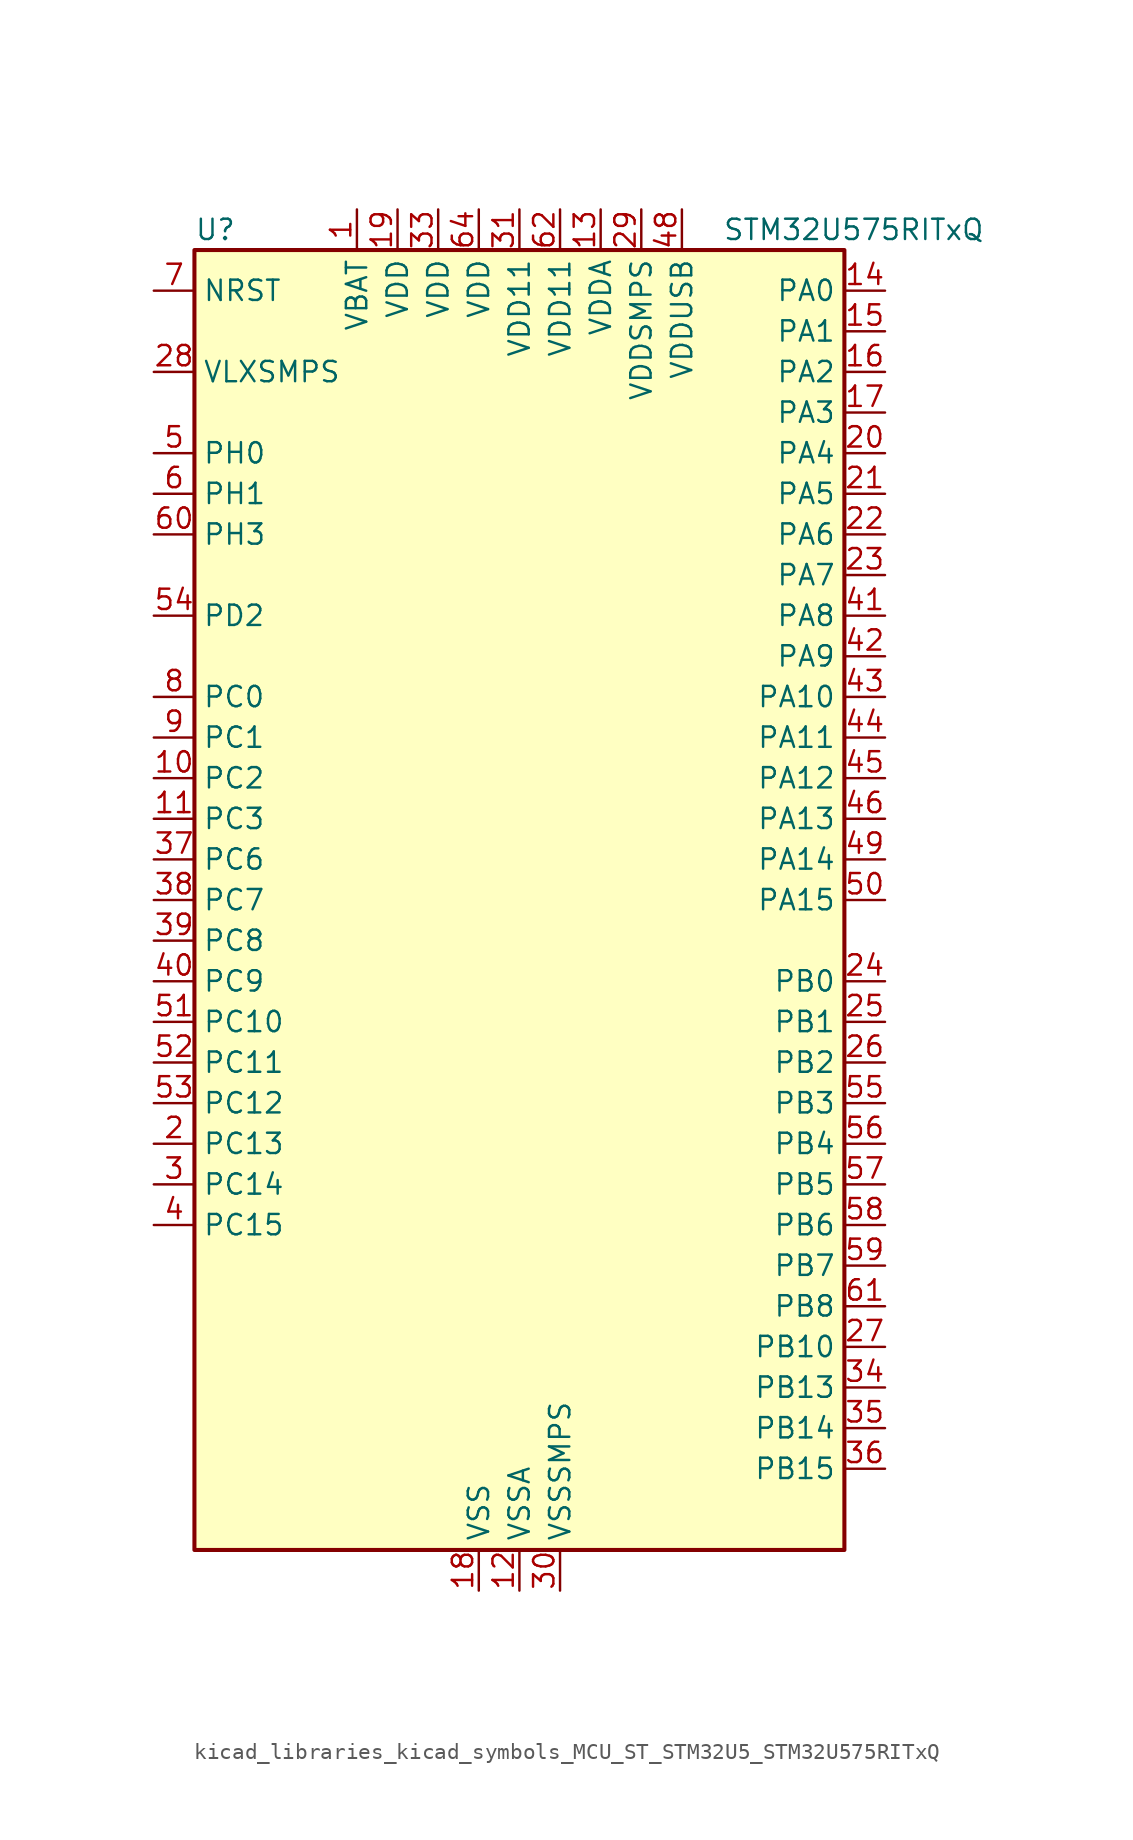
<source format=kicad_sym>
(kicad_symbol_lib
  (version 20220914)
  (generator kicad_symbol_editor)
  (symbol "kicad_libraries_kicad_symbols_MCU_ST_STM32U5_STM32U575RITxQ"
    (property "Reference" "U"
      (at -20.32 41.91 0)
      (effects (font (size 1.27 1.27)) (justify left)))
    (property "Value" "STM32U575RITxQ"
      (at 12.7 41.91 0)
      (effects (font (size 1.27 1.27)) (justify left)))
    (property "ki_locked" ""
      (at 0 0 0)
      (effects (font (size 1.27 1.27))))
    (symbol "kicad_libraries_kicad_symbols_MCU_ST_STM32U5_STM32U575RITxQ_0_1"
      (rectangle (start -20.32 -40.64) (end 20.32 40.64) (stroke (width 0.254) (type default)) (fill (type background))))
    (symbol "kicad_libraries_kicad_symbols_MCU_ST_STM32U5_STM32U575RITxQ_1_1"
      (pin power_in line (at -10.16 43.18 270) (length 2.54) (name "VBAT" (effects (font (size 1.27 1.27)))) (number "1" (effects (font (size 1.27 1.27)))))
      (pin bidirectional line (at -22.86 7.62 0) (length 2.54) (name "PC2" (effects (font (size 1.27 1.27)))) (number "10" (effects (font (size 1.27 1.27)))) (alternate "ADC1_IN3" bidirectional line) (alternate "ADC4_IN3" bidirectional line) (alternate "LPTIM1_IN2" bidirectional line) (alternate "MDF1_CCK1" bidirectional line) (alternate "OCTOSPIM_P1_IO5" bidirectional line) (alternate "SPI2_MISO" bidirectional line))
      (pin bidirectional line (at -22.86 5.08 0) (length 2.54) (name "PC3" (effects (font (size 1.27 1.27)))) (number "11" (effects (font (size 1.27 1.27)))) (alternate "ADC1_IN4" bidirectional line) (alternate "ADC4_IN4" bidirectional line) (alternate "LPTIM1_ETR" bidirectional line) (alternate "LPTIM2_ETR" bidirectional line) (alternate "LPTIM3_CH1" bidirectional line) (alternate "OCTOSPIM_P1_IO6" bidirectional line) (alternate "SAI1_D1" bidirectional line) (alternate "SAI1_SD_A" bidirectional line) (alternate "SPI2_MOSI" bidirectional line))
      (pin power_in line (at 0 -43.18 90) (length 2.54) (name "VSSA" (effects (font (size 1.27 1.27)))) (number "12" (effects (font (size 1.27 1.27)))))
      (pin power_in line (at 5.08 43.18 270) (length 2.54) (name "VDDA" (effects (font (size 1.27 1.27)))) (number "13" (effects (font (size 1.27 1.27)))))
      (pin bidirectional line (at 22.86 38.1 180) (length 2.54) (name "PA0" (effects (font (size 1.27 1.27)))) (number "14" (effects (font (size 1.27 1.27)))) (alternate "ADC1_IN5" bidirectional line) (alternate "AUDIOCLK" bidirectional line) (alternate "OCTOSPIM_P2_NCS" bidirectional line) (alternate "OPAMP1_VINP" bidirectional line) (alternate "PWR_WKUP1" bidirectional line) (alternate "SDMMC2_CMD" bidirectional line) (alternate "SPI3_RDY" bidirectional line) (alternate "TAMP_IN2" bidirectional line) (alternate "TAMP_OUT1" bidirectional line) (alternate "TIM2_CH1" bidirectional line) (alternate "TIM2_ETR" bidirectional line) (alternate "TIM5_CH1" bidirectional line) (alternate "TIM8_ETR" bidirectional line) (alternate "UART4_TX" bidirectional line) (alternate "USART2_CTS" bidirectional line))
      (pin bidirectional line (at 22.86 35.56 180) (length 2.54) (name "PA1" (effects (font (size 1.27 1.27)))) (number "15" (effects (font (size 1.27 1.27)))) (alternate "ADC1_IN6" bidirectional line) (alternate "I2C1_SMBA" bidirectional line) (alternate "LPTIM1_CH2" bidirectional line) (alternate "OCTOSPIM_P1_DQS" bidirectional line) (alternate "OPAMP1_VINM" bidirectional line) (alternate "PWR_WKUP3" bidirectional line) (alternate "SPI1_SCK" bidirectional line) (alternate "TAMP_IN5" bidirectional line) (alternate "TAMP_OUT4" bidirectional line) (alternate "TIM15_CH1N" bidirectional line) (alternate "TIM2_CH2" bidirectional line) (alternate "TIM5_CH2" bidirectional line) (alternate "UART4_RX" bidirectional line) (alternate "USART2_DE" bidirectional line) (alternate "USART2_RTS" bidirectional line))
      (pin bidirectional line (at 22.86 33.02 180) (length 2.54) (name "PA2" (effects (font (size 1.27 1.27)))) (number "16" (effects (font (size 1.27 1.27)))) (alternate "ADC1_IN7" bidirectional line) (alternate "COMP1_INP" bidirectional line) (alternate "LPUART1_TX" bidirectional line) (alternate "OCTOSPIM_P1_NCS" bidirectional line) (alternate "PWR_WKUP4" bidirectional line) (alternate "RCC_LSCO" bidirectional line) (alternate "SPI1_RDY" bidirectional line) (alternate "TIM15_CH1" bidirectional line) (alternate "TIM2_CH3" bidirectional line) (alternate "TIM5_CH3" bidirectional line) (alternate "UCPD1_FRSTX1" bidirectional line) (alternate "USART2_TX" bidirectional line))
      (pin bidirectional line (at 22.86 30.48 180) (length 2.54) (name "PA3" (effects (font (size 1.27 1.27)))) (number "17" (effects (font (size 1.27 1.27)))) (alternate "ADC1_IN8" bidirectional line) (alternate "LPUART1_RX" bidirectional line) (alternate "OCTOSPIM_P1_CLK" bidirectional line) (alternate "OPAMP1_VOUT" bidirectional line) (alternate "PWR_WKUP5" bidirectional line) (alternate "SAI1_CK1" bidirectional line) (alternate "SAI1_MCLK_A" bidirectional line) (alternate "TIM15_CH2" bidirectional line) (alternate "TIM2_CH4" bidirectional line) (alternate "TIM5_CH4" bidirectional line) (alternate "USART2_RX" bidirectional line))
      (pin power_in line (at -2.54 -43.18 90) (length 2.54) (name "VSS" (effects (font (size 1.27 1.27)))) (number "18" (effects (font (size 1.27 1.27)))))
      (pin power_in line (at -7.62 43.18 270) (length 2.54) (name "VDD" (effects (font (size 1.27 1.27)))) (number "19" (effects (font (size 1.27 1.27)))))
      (pin bidirectional line (at -22.86 -15.24 0) (length 2.54) (name "PC13" (effects (font (size 1.27 1.27)))) (number "2" (effects (font (size 1.27 1.27)))) (alternate "PWR_WKUP2" bidirectional line) (alternate "RTC_OUT1" bidirectional line) (alternate "RTC_TS" bidirectional line) (alternate "TAMP_IN1" bidirectional line) (alternate "TAMP_OUT2" bidirectional line))
      (pin bidirectional line (at 22.86 27.94 180) (length 2.54) (name "PA4" (effects (font (size 1.27 1.27)))) (number "20" (effects (font (size 1.27 1.27)))) (alternate "ADC1_IN9" bidirectional line) (alternate "ADC4_IN9" bidirectional line) (alternate "DAC1_OUT1" bidirectional line) (alternate "LPTIM2_CH1" bidirectional line) (alternate "OCTOSPIM_P1_NCS" bidirectional line) (alternate "PWR_WKUP2" bidirectional line) (alternate "SAI1_FS_B" bidirectional line) (alternate "SPI1_NSS" bidirectional line) (alternate "SPI3_NSS" bidirectional line) (alternate "USART2_CK" bidirectional line))
      (pin bidirectional line (at 22.86 25.4 180) (length 2.54) (name "PA5" (effects (font (size 1.27 1.27)))) (number "21" (effects (font (size 1.27 1.27)))) (alternate "ADC1_IN10" bidirectional line) (alternate "ADC4_IN10" bidirectional line) (alternate "DAC1_OUT2" bidirectional line) (alternate "LPTIM2_ETR" bidirectional line) (alternate "PWR_CSLEEP" bidirectional line) (alternate "PWR_WKUP6" bidirectional line) (alternate "SPI1_SCK" bidirectional line) (alternate "TIM2_CH1" bidirectional line) (alternate "TIM2_ETR" bidirectional line) (alternate "TIM8_CH1N" bidirectional line) (alternate "USART3_RX" bidirectional line))
      (pin bidirectional line (at 22.86 22.86 180) (length 2.54) (name "PA6" (effects (font (size 1.27 1.27)))) (number "22" (effects (font (size 1.27 1.27)))) (alternate "ADC1_IN11" bidirectional line) (alternate "ADC4_IN11" bidirectional line) (alternate "LPUART1_CTS" bidirectional line) (alternate "OCTOSPIM_P1_IO3" bidirectional line) (alternate "OPAMP2_VINP" bidirectional line) (alternate "PWR_CDSTOP" bidirectional line) (alternate "PWR_WKUP7" bidirectional line) (alternate "SPI1_MISO" bidirectional line) (alternate "TIM16_CH1" bidirectional line) (alternate "TIM1_BKIN" bidirectional line) (alternate "TIM3_CH1" bidirectional line) (alternate "TIM8_BKIN" bidirectional line) (alternate "USART3_CTS" bidirectional line))
      (pin bidirectional line (at 22.86 20.32 180) (length 2.54) (name "PA7" (effects (font (size 1.27 1.27)))) (number "23" (effects (font (size 1.27 1.27)))) (alternate "ADC1_IN12" bidirectional line) (alternate "ADC4_IN20" bidirectional line) (alternate "I2C3_SCL" bidirectional line) (alternate "LPTIM2_CH2" bidirectional line) (alternate "OCTOSPIM_P1_IO2" bidirectional line) (alternate "OPAMP2_VINM" bidirectional line) (alternate "PWR_SRDSTOP" bidirectional line) (alternate "PWR_WKUP8" bidirectional line) (alternate "SPI1_MOSI" bidirectional line) (alternate "TIM17_CH1" bidirectional line) (alternate "TIM1_CH1N" bidirectional line) (alternate "TIM3_CH2" bidirectional line) (alternate "TIM8_CH1N" bidirectional line) (alternate "USART3_TX" bidirectional line))
      (pin bidirectional line (at 22.86 -5.08 180) (length 2.54) (name "PB0" (effects (font (size 1.27 1.27)))) (number "24" (effects (font (size 1.27 1.27)))) (alternate "ADC1_IN15" bidirectional line) (alternate "ADC4_IN18" bidirectional line) (alternate "AUDIOCLK" bidirectional line) (alternate "COMP1_OUT" bidirectional line) (alternate "LPTIM3_CH1" bidirectional line) (alternate "OCTOSPIM_P1_IO1" bidirectional line) (alternate "OPAMP2_VOUT" bidirectional line) (alternate "SPI1_NSS" bidirectional line) (alternate "TIM1_CH2N" bidirectional line) (alternate "TIM3_CH3" bidirectional line) (alternate "TIM8_CH2N" bidirectional line) (alternate "USART3_CK" bidirectional line))
      (pin bidirectional line (at 22.86 -7.62 180) (length 2.54) (name "PB1" (effects (font (size 1.27 1.27)))) (number "25" (effects (font (size 1.27 1.27)))) (alternate "ADC1_IN16" bidirectional line) (alternate "ADC4_IN19" bidirectional line) (alternate "COMP1_INM" bidirectional line) (alternate "LPTIM2_IN1" bidirectional line) (alternate "LPTIM3_CH2" bidirectional line) (alternate "LPUART1_DE" bidirectional line) (alternate "LPUART1_RTS" bidirectional line) (alternate "MDF1_SDI0" bidirectional line) (alternate "OCTOSPIM_P1_IO0" bidirectional line) (alternate "PWR_WKUP4" bidirectional line) (alternate "TIM1_CH3N" bidirectional line) (alternate "TIM3_CH4" bidirectional line) (alternate "TIM8_CH3N" bidirectional line) (alternate "USART3_DE" bidirectional line) (alternate "USART3_RTS" bidirectional line))
      (pin bidirectional line (at 22.86 -10.16 180) (length 2.54) (name "PB2" (effects (font (size 1.27 1.27)))) (number "26" (effects (font (size 1.27 1.27)))) (alternate "ADC1_IN17" bidirectional line) (alternate "COMP1_INP" bidirectional line) (alternate "I2C3_SMBA" bidirectional line) (alternate "LPTIM1_CH1" bidirectional line) (alternate "MDF1_CKI0" bidirectional line) (alternate "OCTOSPIM_P1_DQS" bidirectional line) (alternate "PWR_WKUP1" bidirectional line) (alternate "RTC_OUT2" bidirectional line) (alternate "SPI1_RDY" bidirectional line) (alternate "TIM8_CH4N" bidirectional line) (alternate "UCPD1_FRSTX1" bidirectional line))
      (pin bidirectional line (at 22.86 -27.94 180) (length 2.54) (name "PB10" (effects (font (size 1.27 1.27)))) (number "27" (effects (font (size 1.27 1.27)))) (alternate "COMP1_OUT" bidirectional line) (alternate "I2C2_SCL" bidirectional line) (alternate "I2C4_SCL" bidirectional line) (alternate "LPTIM3_CH1" bidirectional line) (alternate "LPUART1_RX" bidirectional line) (alternate "OCTOSPIM_P1_CLK" bidirectional line) (alternate "PWR_WKUP8" bidirectional line) (alternate "SAI1_SCK_A" bidirectional line) (alternate "SPI2_SCK" bidirectional line) (alternate "TIM2_CH3" bidirectional line) (alternate "TSC_SYNC" bidirectional line) (alternate "USART3_TX" bidirectional line))
      (pin power_in line (at -22.86 33.02 0) (length 2.54) (name "VLXSMPS" (effects (font (size 1.27 1.27)))) (number "28" (effects (font (size 1.27 1.27)))))
      (pin power_in line (at 7.62 43.18 270) (length 2.54) (name "VDDSMPS" (effects (font (size 1.27 1.27)))) (number "29" (effects (font (size 1.27 1.27)))))
      (pin bidirectional line (at -22.86 -17.78 0) (length 2.54) (name "PC14" (effects (font (size 1.27 1.27)))) (number "3" (effects (font (size 1.27 1.27)))) (alternate "RCC_OSC32_IN" bidirectional line))
      (pin power_in line (at 2.54 -43.18 90) (length 2.54) (name "VSSSMPS" (effects (font (size 1.27 1.27)))) (number "30" (effects (font (size 1.27 1.27)))))
      (pin power_in line (at 0 43.18 270) (length 2.54) (name "VDD11" (effects (font (size 1.27 1.27)))) (number "31" (effects (font (size 1.27 1.27)))))
      (pin passive line (at -2.54 -43.18 90) (length 2.54) hide (name "VSS" (effects (font (size 1.27 1.27)))) (number "32" (effects (font (size 1.27 1.27)))))
      (pin power_in line (at -5.08 43.18 270) (length 2.54) (name "VDD" (effects (font (size 1.27 1.27)))) (number "33" (effects (font (size 1.27 1.27)))))
      (pin bidirectional line (at 22.86 -30.48 180) (length 2.54) (name "PB13" (effects (font (size 1.27 1.27)))) (number "34" (effects (font (size 1.27 1.27)))) (alternate "I2C2_SCL" bidirectional line) (alternate "LPTIM3_IN1" bidirectional line) (alternate "LPUART1_CTS" bidirectional line) (alternate "MDF1_CKI1" bidirectional line) (alternate "SPI2_SCK" bidirectional line) (alternate "TIM15_CH1N" bidirectional line) (alternate "TIM1_CH1N" bidirectional line) (alternate "TSC_G1_IO2" bidirectional line) (alternate "USART3_CTS" bidirectional line))
      (pin bidirectional line (at 22.86 -33.02 180) (length 2.54) (name "PB14" (effects (font (size 1.27 1.27)))) (number "35" (effects (font (size 1.27 1.27)))) (alternate "I2C2_SDA" bidirectional line) (alternate "LPTIM3_ETR" bidirectional line) (alternate "MDF1_SDI2" bidirectional line) (alternate "SDMMC2_D0" bidirectional line) (alternate "SPI2_MISO" bidirectional line) (alternate "TIM15_CH1" bidirectional line) (alternate "TIM1_CH2N" bidirectional line) (alternate "TIM8_CH2N" bidirectional line) (alternate "TSC_G1_IO3" bidirectional line) (alternate "UCPD1_DBCC2" bidirectional line) (alternate "USART3_DE" bidirectional line) (alternate "USART3_RTS" bidirectional line))
      (pin bidirectional line (at 22.86 -35.56 180) (length 2.54) (name "PB15" (effects (font (size 1.27 1.27)))) (number "36" (effects (font (size 1.27 1.27)))) (alternate "ADC1_EXTI15" bidirectional line) (alternate "ADC4_EXTI15" bidirectional line) (alternate "LPTIM2_IN2" bidirectional line) (alternate "MDF1_CKI2" bidirectional line) (alternate "PWR_WKUP7" bidirectional line) (alternate "RTC_REFIN" bidirectional line) (alternate "SDMMC2_D1" bidirectional line) (alternate "SPI2_MOSI" bidirectional line) (alternate "TIM15_CH2" bidirectional line) (alternate "TIM1_CH3N" bidirectional line) (alternate "TIM8_CH3N" bidirectional line) (alternate "UCPD1_CC2" bidirectional line))
      (pin bidirectional line (at -22.86 2.54 0) (length 2.54) (name "PC6" (effects (font (size 1.27 1.27)))) (number "37" (effects (font (size 1.27 1.27)))) (alternate "MDF1_CKI3" bidirectional line) (alternate "PWR_CSLEEP" bidirectional line) (alternate "SDMMC1_D0DIR" bidirectional line) (alternate "SDMMC1_D6" bidirectional line) (alternate "SDMMC2_D6" bidirectional line) (alternate "TIM3_CH1" bidirectional line) (alternate "TIM8_CH1" bidirectional line) (alternate "TSC_G4_IO1" bidirectional line))
      (pin bidirectional line (at -22.86 0 0) (length 2.54) (name "PC7" (effects (font (size 1.27 1.27)))) (number "38" (effects (font (size 1.27 1.27)))) (alternate "LPTIM2_CH2" bidirectional line) (alternate "MDF1_SDI3" bidirectional line) (alternate "PWR_CDSTOP" bidirectional line) (alternate "SDMMC1_D123DIR" bidirectional line) (alternate "SDMMC1_D7" bidirectional line) (alternate "SDMMC2_D7" bidirectional line) (alternate "TIM3_CH2" bidirectional line) (alternate "TIM8_CH2" bidirectional line) (alternate "TSC_G4_IO2" bidirectional line))
      (pin bidirectional line (at -22.86 -2.54 0) (length 2.54) (name "PC8" (effects (font (size 1.27 1.27)))) (number "39" (effects (font (size 1.27 1.27)))) (alternate "LPTIM3_CH1" bidirectional line) (alternate "PWR_SRDSTOP" bidirectional line) (alternate "SDMMC1_D0" bidirectional line) (alternate "TIM3_CH3" bidirectional line) (alternate "TIM8_CH3" bidirectional line) (alternate "TSC_G4_IO3" bidirectional line))
      (pin bidirectional line (at -22.86 -20.32 0) (length 2.54) (name "PC15" (effects (font (size 1.27 1.27)))) (number "4" (effects (font (size 1.27 1.27)))) (alternate "ADC1_EXTI15" bidirectional line) (alternate "ADC4_EXTI15" bidirectional line) (alternate "RCC_OSC32_OUT" bidirectional line))
      (pin bidirectional line (at -22.86 -5.08 0) (length 2.54) (name "PC9" (effects (font (size 1.27 1.27)))) (number "40" (effects (font (size 1.27 1.27)))) (alternate "DAC1_EXTI9" bidirectional line) (alternate "DEBUG_TRACED0" bidirectional line) (alternate "LPTIM3_CH2" bidirectional line) (alternate "SDMMC1_D1" bidirectional line) (alternate "TIM3_CH4" bidirectional line) (alternate "TIM8_BKIN2" bidirectional line) (alternate "TIM8_CH4" bidirectional line) (alternate "TSC_G4_IO4" bidirectional line) (alternate "USB_OTG_FS_NOE" bidirectional line))
      (pin bidirectional line (at 22.86 17.78 180) (length 2.54) (name "PA8" (effects (font (size 1.27 1.27)))) (number "41" (effects (font (size 1.27 1.27)))) (alternate "DEBUG_TRACECLK" bidirectional line) (alternate "LPTIM2_CH1" bidirectional line) (alternate "RCC_MCO" bidirectional line) (alternate "SAI1_CK2" bidirectional line) (alternate "SAI1_SCK_A" bidirectional line) (alternate "SPI1_RDY" bidirectional line) (alternate "TIM1_CH1" bidirectional line) (alternate "USART1_CK" bidirectional line) (alternate "USB_OTG_FS_SOF" bidirectional line))
      (pin bidirectional line (at 22.86 15.24 180) (length 2.54) (name "PA9" (effects (font (size 1.27 1.27)))) (number "42" (effects (font (size 1.27 1.27)))) (alternate "DAC1_EXTI9" bidirectional line) (alternate "SAI1_FS_A" bidirectional line) (alternate "SPI2_SCK" bidirectional line) (alternate "TIM15_BKIN" bidirectional line) (alternate "TIM1_CH2" bidirectional line) (alternate "USART1_TX" bidirectional line) (alternate "USB_OTG_FS_VBUS" bidirectional line))
      (pin bidirectional line (at 22.86 12.7 180) (length 2.54) (name "PA10" (effects (font (size 1.27 1.27)))) (number "43" (effects (font (size 1.27 1.27)))) (alternate "CRS_SYNC" bidirectional line) (alternate "LPTIM2_IN2" bidirectional line) (alternate "SAI1_D1" bidirectional line) (alternate "SAI1_SD_A" bidirectional line) (alternate "TIM17_BKIN" bidirectional line) (alternate "TIM1_CH3" bidirectional line) (alternate "USART1_RX" bidirectional line) (alternate "USB_OTG_FS_ID" bidirectional line))
      (pin bidirectional line (at 22.86 10.16 180) (length 2.54) (name "PA11" (effects (font (size 1.27 1.27)))) (number "44" (effects (font (size 1.27 1.27)))) (alternate "ADC1_EXTI11" bidirectional line) (alternate "FDCAN1_RX" bidirectional line) (alternate "SPI1_MISO" bidirectional line) (alternate "TIM1_BKIN2" bidirectional line) (alternate "TIM1_CH4" bidirectional line) (alternate "USART1_CTS" bidirectional line) (alternate "USB_OTG_FS_DM" bidirectional line))
      (pin bidirectional line (at 22.86 7.62 180) (length 2.54) (name "PA12" (effects (font (size 1.27 1.27)))) (number "45" (effects (font (size 1.27 1.27)))) (alternate "FDCAN1_TX" bidirectional line) (alternate "OCTOSPIM_P2_NCS" bidirectional line) (alternate "SPI1_MOSI" bidirectional line) (alternate "TIM1_ETR" bidirectional line) (alternate "USART1_DE" bidirectional line) (alternate "USART1_RTS" bidirectional line) (alternate "USB_OTG_FS_DP" bidirectional line))
      (pin bidirectional line (at 22.86 5.08 180) (length 2.54) (name "PA13" (effects (font (size 1.27 1.27)))) (number "46" (effects (font (size 1.27 1.27)))) (alternate "DEBUG_JTMS-SWDIO" bidirectional line) (alternate "IR_OUT" bidirectional line) (alternate "SAI1_SD_B" bidirectional line) (alternate "USB_OTG_FS_NOE" bidirectional line))
      (pin passive line (at -2.54 -43.18 90) (length 2.54) hide (name "VSS" (effects (font (size 1.27 1.27)))) (number "47" (effects (font (size 1.27 1.27)))))
      (pin power_in line (at 10.16 43.18 270) (length 2.54) (name "VDDUSB" (effects (font (size 1.27 1.27)))) (number "48" (effects (font (size 1.27 1.27)))))
      (pin bidirectional line (at 22.86 2.54 180) (length 2.54) (name "PA14" (effects (font (size 1.27 1.27)))) (number "49" (effects (font (size 1.27 1.27)))) (alternate "DEBUG_JTCK-SWCLK" bidirectional line) (alternate "I2C1_SMBA" bidirectional line) (alternate "I2C4_SMBA" bidirectional line) (alternate "LPTIM1_CH1" bidirectional line) (alternate "SAI1_FS_B" bidirectional line) (alternate "USB_OTG_FS_SOF" bidirectional line))
      (pin bidirectional line (at -22.86 27.94 0) (length 2.54) (name "PH0" (effects (font (size 1.27 1.27)))) (number "5" (effects (font (size 1.27 1.27)))) (alternate "RCC_OSC_IN" bidirectional line))
      (pin bidirectional line (at 22.86 0 180) (length 2.54) (name "PA15" (effects (font (size 1.27 1.27)))) (number "50" (effects (font (size 1.27 1.27)))) (alternate "ADC1_EXTI15" bidirectional line) (alternate "ADC4_EXTI15" bidirectional line) (alternate "DEBUG_JTDI" bidirectional line) (alternate "SPI1_NSS" bidirectional line) (alternate "SPI3_NSS" bidirectional line) (alternate "TIM2_CH1" bidirectional line) (alternate "TIM2_ETR" bidirectional line) (alternate "UART4_DE" bidirectional line) (alternate "UART4_RTS" bidirectional line) (alternate "UCPD1_CC1" bidirectional line) (alternate "USART2_RX" bidirectional line) (alternate "USART3_DE" bidirectional line) (alternate "USART3_RTS" bidirectional line))
      (pin bidirectional line (at -22.86 -7.62 0) (length 2.54) (name "PC10" (effects (font (size 1.27 1.27)))) (number "51" (effects (font (size 1.27 1.27)))) (alternate "ADF1_CCK1" bidirectional line) (alternate "DEBUG_TRACED1" bidirectional line) (alternate "LPTIM3_ETR" bidirectional line) (alternate "SDMMC1_D2" bidirectional line) (alternate "SPI3_SCK" bidirectional line) (alternate "TSC_G3_IO2" bidirectional line) (alternate "UART4_TX" bidirectional line) (alternate "USART3_TX" bidirectional line))
      (pin bidirectional line (at -22.86 -10.16 0) (length 2.54) (name "PC11" (effects (font (size 1.27 1.27)))) (number "52" (effects (font (size 1.27 1.27)))) (alternate "ADC1_EXTI11" bidirectional line) (alternate "ADF1_SDI0" bidirectional line) (alternate "LPTIM3_IN1" bidirectional line) (alternate "OCTOSPIM_P1_NCS" bidirectional line) (alternate "SDMMC1_D3" bidirectional line) (alternate "SPI3_MISO" bidirectional line) (alternate "TSC_G3_IO3" bidirectional line) (alternate "UART4_RX" bidirectional line) (alternate "UCPD1_FRSTX2" bidirectional line) (alternate "USART3_RX" bidirectional line))
      (pin bidirectional line (at -22.86 -12.7 0) (length 2.54) (name "PC12" (effects (font (size 1.27 1.27)))) (number "53" (effects (font (size 1.27 1.27)))) (alternate "DEBUG_TRACED3" bidirectional line) (alternate "SDMMC1_CK" bidirectional line) (alternate "SPI3_MOSI" bidirectional line) (alternate "TSC_G3_IO4" bidirectional line) (alternate "UART5_TX" bidirectional line) (alternate "USART3_CK" bidirectional line))
      (pin bidirectional line (at -22.86 17.78 0) (length 2.54) (name "PD2" (effects (font (size 1.27 1.27)))) (number "54" (effects (font (size 1.27 1.27)))) (alternate "DEBUG_TRACED2" bidirectional line) (alternate "LPTIM4_ETR" bidirectional line) (alternate "SDMMC1_CMD" bidirectional line) (alternate "TIM3_ETR" bidirectional line) (alternate "TSC_SYNC" bidirectional line) (alternate "UART5_RX" bidirectional line) (alternate "USART3_DE" bidirectional line) (alternate "USART3_RTS" bidirectional line))
      (pin bidirectional line (at 22.86 -12.7 180) (length 2.54) (name "PB3" (effects (font (size 1.27 1.27)))) (number "55" (effects (font (size 1.27 1.27)))) (alternate "ADF1_CCK0" bidirectional line) (alternate "COMP2_INM" bidirectional line) (alternate "CRS_SYNC" bidirectional line) (alternate "DEBUG_JTDO-SWO" bidirectional line) (alternate "I2C1_SDA" bidirectional line) (alternate "LPTIM1_CH1" bidirectional line) (alternate "SAI1_SCK_B" bidirectional line) (alternate "SDMMC2_D2" bidirectional line) (alternate "SPI1_SCK" bidirectional line) (alternate "SPI3_SCK" bidirectional line) (alternate "TIM2_CH2" bidirectional line) (alternate "USART1_DE" bidirectional line) (alternate "USART1_RTS" bidirectional line))
      (pin bidirectional line (at 22.86 -15.24 180) (length 2.54) (name "PB4" (effects (font (size 1.27 1.27)))) (number "56" (effects (font (size 1.27 1.27)))) (alternate "ADF1_SDI0" bidirectional line) (alternate "COMP2_INP" bidirectional line) (alternate "DEBUG_JTRST" bidirectional line) (alternate "I2C3_SDA" bidirectional line) (alternate "LPTIM1_CH2" bidirectional line) (alternate "SAI1_MCLK_B" bidirectional line) (alternate "SDMMC2_D3" bidirectional line) (alternate "SPI1_MISO" bidirectional line) (alternate "SPI3_MISO" bidirectional line) (alternate "TIM17_BKIN" bidirectional line) (alternate "TIM3_CH1" bidirectional line) (alternate "TSC_G2_IO1" bidirectional line) (alternate "UART5_DE" bidirectional line) (alternate "UART5_RTS" bidirectional line) (alternate "USART1_CTS" bidirectional line))
      (pin bidirectional line (at 22.86 -17.78 180) (length 2.54) (name "PB5" (effects (font (size 1.27 1.27)))) (number "57" (effects (font (size 1.27 1.27)))) (alternate "COMP2_OUT" bidirectional line) (alternate "I2C1_SMBA" bidirectional line) (alternate "LPTIM1_IN1" bidirectional line) (alternate "OCTOSPIM_P1_NCLK" bidirectional line) (alternate "PWR_WKUP6" bidirectional line) (alternate "SAI1_SD_B" bidirectional line) (alternate "SPI1_MOSI" bidirectional line) (alternate "SPI3_MOSI" bidirectional line) (alternate "TIM16_BKIN" bidirectional line) (alternate "TIM3_CH2" bidirectional line) (alternate "TSC_G2_IO2" bidirectional line) (alternate "UART5_CTS" bidirectional line) (alternate "UCPD1_DBCC1" bidirectional line) (alternate "USART1_CK" bidirectional line))
      (pin bidirectional line (at 22.86 -20.32 180) (length 2.54) (name "PB6" (effects (font (size 1.27 1.27)))) (number "58" (effects (font (size 1.27 1.27)))) (alternate "COMP2_INP" bidirectional line) (alternate "I2C1_SCL" bidirectional line) (alternate "I2C4_SCL" bidirectional line) (alternate "LPTIM1_ETR" bidirectional line) (alternate "MDF1_SDI5" bidirectional line) (alternate "PWR_WKUP3" bidirectional line) (alternate "SAI1_FS_B" bidirectional line) (alternate "TIM16_CH1N" bidirectional line) (alternate "TIM4_CH1" bidirectional line) (alternate "TIM8_BKIN2" bidirectional line) (alternate "TSC_G2_IO3" bidirectional line) (alternate "USART1_TX" bidirectional line))
      (pin bidirectional line (at 22.86 -22.86 180) (length 2.54) (name "PB7" (effects (font (size 1.27 1.27)))) (number "59" (effects (font (size 1.27 1.27)))) (alternate "COMP2_INM" bidirectional line) (alternate "I2C1_SDA" bidirectional line) (alternate "I2C4_SDA" bidirectional line) (alternate "LPTIM1_IN2" bidirectional line) (alternate "MDF1_CKI5" bidirectional line) (alternate "PWR_PVD_IN" bidirectional line) (alternate "PWR_WKUP4" bidirectional line) (alternate "TIM17_CH1N" bidirectional line) (alternate "TIM4_CH2" bidirectional line) (alternate "TIM8_BKIN" bidirectional line) (alternate "TSC_G2_IO4" bidirectional line) (alternate "UART4_CTS" bidirectional line) (alternate "USART1_RX" bidirectional line))
      (pin bidirectional line (at -22.86 25.4 0) (length 2.54) (name "PH1" (effects (font (size 1.27 1.27)))) (number "6" (effects (font (size 1.27 1.27)))) (alternate "RCC_OSC_OUT" bidirectional line))
      (pin bidirectional line (at -22.86 22.86 0) (length 2.54) (name "PH3" (effects (font (size 1.27 1.27)))) (number "60" (effects (font (size 1.27 1.27)))))
      (pin bidirectional line (at 22.86 -25.4 180) (length 2.54) (name "PB8" (effects (font (size 1.27 1.27)))) (number "61" (effects (font (size 1.27 1.27)))) (alternate "FDCAN1_RX" bidirectional line) (alternate "I2C1_SCL" bidirectional line) (alternate "MDF1_CCK0" bidirectional line) (alternate "PWR_WKUP5" bidirectional line) (alternate "SAI1_CK1" bidirectional line) (alternate "SAI1_MCLK_A" bidirectional line) (alternate "SDMMC1_CKIN" bidirectional line) (alternate "SDMMC1_D4" bidirectional line) (alternate "SDMMC2_D4" bidirectional line) (alternate "SPI3_RDY" bidirectional line) (alternate "TIM16_CH1" bidirectional line) (alternate "TIM4_CH3" bidirectional line))
      (pin power_in line (at 2.54 43.18 270) (length 2.54) (name "VDD11" (effects (font (size 1.27 1.27)))) (number "62" (effects (font (size 1.27 1.27)))))
      (pin passive line (at -2.54 -43.18 90) (length 2.54) hide (name "VSS" (effects (font (size 1.27 1.27)))) (number "63" (effects (font (size 1.27 1.27)))))
      (pin power_in line (at -2.54 43.18 270) (length 2.54) (name "VDD" (effects (font (size 1.27 1.27)))) (number "64" (effects (font (size 1.27 1.27)))))
      (pin input line (at -22.86 38.1 0) (length 2.54) (name "NRST" (effects (font (size 1.27 1.27)))) (number "7" (effects (font (size 1.27 1.27)))))
      (pin bidirectional line (at -22.86 12.7 0) (length 2.54) (name "PC0" (effects (font (size 1.27 1.27)))) (number "8" (effects (font (size 1.27 1.27)))) (alternate "ADC1_IN1" bidirectional line) (alternate "ADC4_IN1" bidirectional line) (alternate "I2C3_SCL" bidirectional line) (alternate "LPTIM1_IN1" bidirectional line) (alternate "LPTIM2_IN1" bidirectional line) (alternate "LPUART1_RX" bidirectional line) (alternate "MDF1_SDI4" bidirectional line) (alternate "OCTOSPIM_P1_IO7" bidirectional line) (alternate "SDMMC1_D5" bidirectional line) (alternate "SPI2_RDY" bidirectional line))
      (pin bidirectional line (at -22.86 10.16 0) (length 2.54) (name "PC1" (effects (font (size 1.27 1.27)))) (number "9" (effects (font (size 1.27 1.27)))) (alternate "ADC1_IN2" bidirectional line) (alternate "ADC4_IN2" bidirectional line) (alternate "DEBUG_TRACED0" bidirectional line) (alternate "I2C3_SDA" bidirectional line) (alternate "LPTIM1_CH1" bidirectional line) (alternate "LPUART1_TX" bidirectional line) (alternate "MDF1_CKI4" bidirectional line) (alternate "OCTOSPIM_P1_IO4" bidirectional line) (alternate "SAI1_SD_A" bidirectional line) (alternate "SDMMC2_CK" bidirectional line) (alternate "SPI2_MOSI" bidirectional line)))))
</source>
